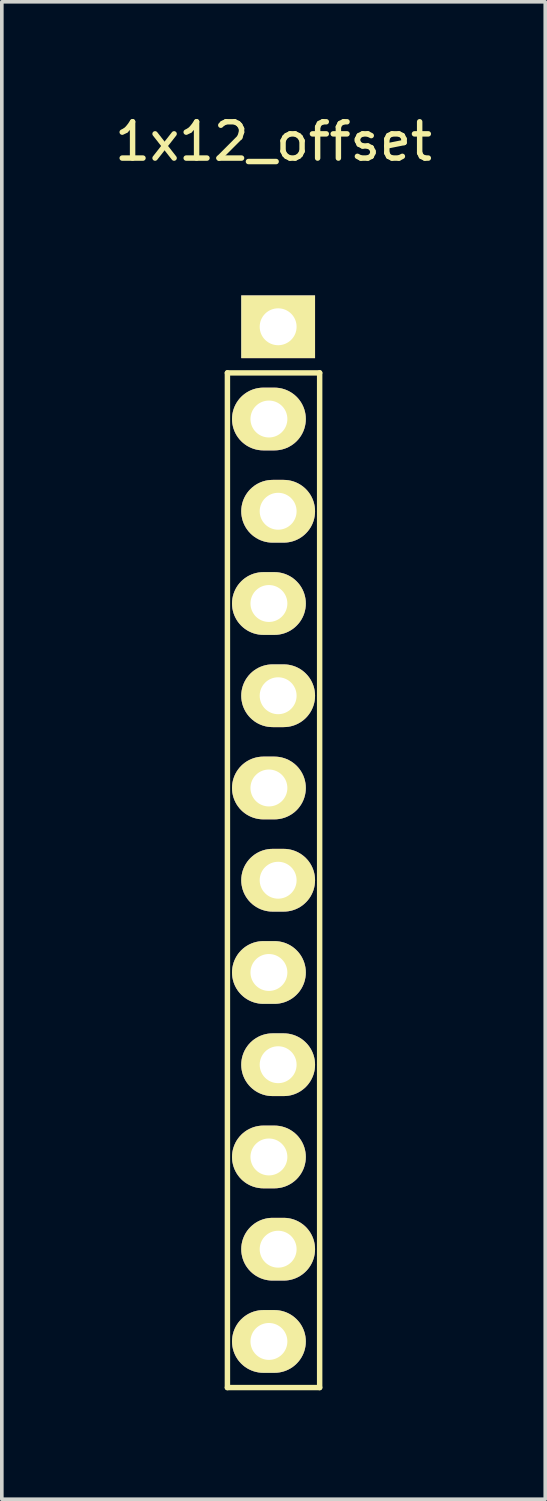
<source format=kicad_pcb>
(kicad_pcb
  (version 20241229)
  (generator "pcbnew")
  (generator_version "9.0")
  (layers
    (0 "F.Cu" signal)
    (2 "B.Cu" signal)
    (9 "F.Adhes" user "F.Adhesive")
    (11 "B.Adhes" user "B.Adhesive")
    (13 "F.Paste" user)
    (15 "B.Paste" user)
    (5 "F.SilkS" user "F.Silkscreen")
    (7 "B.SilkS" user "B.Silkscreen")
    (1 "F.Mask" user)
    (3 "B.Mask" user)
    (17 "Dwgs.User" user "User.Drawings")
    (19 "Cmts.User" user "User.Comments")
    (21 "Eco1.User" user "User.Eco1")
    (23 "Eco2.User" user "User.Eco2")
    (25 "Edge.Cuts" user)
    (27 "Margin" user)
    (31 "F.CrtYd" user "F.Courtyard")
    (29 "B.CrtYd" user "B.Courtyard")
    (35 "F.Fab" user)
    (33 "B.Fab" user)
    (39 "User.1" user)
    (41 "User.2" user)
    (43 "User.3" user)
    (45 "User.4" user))
  (footprint "1x12_offset"
    (layer "F.Cu")
    (at 4.482 5.948)
    (property "Reference" "1x12_offset" (at 0 -5.1 0) (layer "F.SilkS") (effects (font (size 1 1) (thickness 0.15))))
    (attr through_hole)
    (fp_line (start -1.27 29.21) (end -1.27 1.27) (stroke (width 0.15) (type solid)) (layer "F.SilkS"))
    (fp_line (start 1.27 1.27) (end -1.27 1.27) (stroke (width 0.15) (type solid)) (layer "F.SilkS"))
    (fp_line (start 1.27 1.27) (end 1.27 29.21) (stroke (width 0.15) (type solid)) (layer "F.SilkS"))
    (fp_line (start 1.27 29.21) (end -1.27 29.21) (stroke (width 0.15) (type solid)) (layer "F.SilkS"))
    (pad "1" thru_hole rect (at 0.127 0) (size 2.032 1.727) (drill 1.016) (layers "*.Cu" "*.Mask" "F.SilkS"))
    (pad "2" thru_hole oval (at -0.127 2.54) (size 2.032 1.727) (drill 1.016) (layers "*.Cu" "*.Mask" "F.SilkS"))
    (pad "3" thru_hole oval (at 0.127 5.08) (size 2.032 1.727) (drill 1.016) (layers "*.Cu" "*.Mask" "F.SilkS"))
    (pad "4" thru_hole oval (at -0.127 7.62) (size 2.032 1.727) (drill 1.016) (layers "*.Cu" "*.Mask" "F.SilkS"))
    (pad "5" thru_hole oval (at 0.127 10.16) (size 2.032 1.727) (drill 1.016) (layers "*.Cu" "*.Mask" "F.SilkS"))
    (pad "6" thru_hole oval (at -0.127 12.7) (size 2.032 1.727) (drill 1.016) (layers "*.Cu" "*.Mask" "F.SilkS"))
    (pad "7" thru_hole oval (at 0.127 15.24) (size 2.032 1.727) (drill 1.016) (layers "*.Cu" "*.Mask" "F.SilkS"))
    (pad "8" thru_hole oval (at -0.127 17.78) (size 2.032 1.727) (drill 1.016) (layers "*.Cu" "*.Mask" "F.SilkS"))
    (pad "9" thru_hole oval (at 0.127 20.32) (size 2.032 1.727) (drill 1.016) (layers "*.Cu" "*.Mask" "F.SilkS"))
    (pad "10" thru_hole oval (at -0.127 22.86) (size 2.032 1.727) (drill 1.016) (layers "*.Cu" "*.Mask" "F.SilkS"))
    (pad "11" thru_hole oval (at 0.127 25.4) (size 2.032 1.727) (drill 1.016) (layers "*.Cu" "*.Mask" "F.SilkS"))
    (pad "12" thru_hole oval (at -0.127 27.94) (size 2.032 1.727) (drill 1.016) (layers "*.Cu" "*.Mask" "F.SilkS")))
  (gr_rect
    (start -3 -3)
    (end 11.964 38.233)
    (stroke (width 0.1) (type default))
    (fill no)
    (layer "Edge.Cuts")))
</source>
